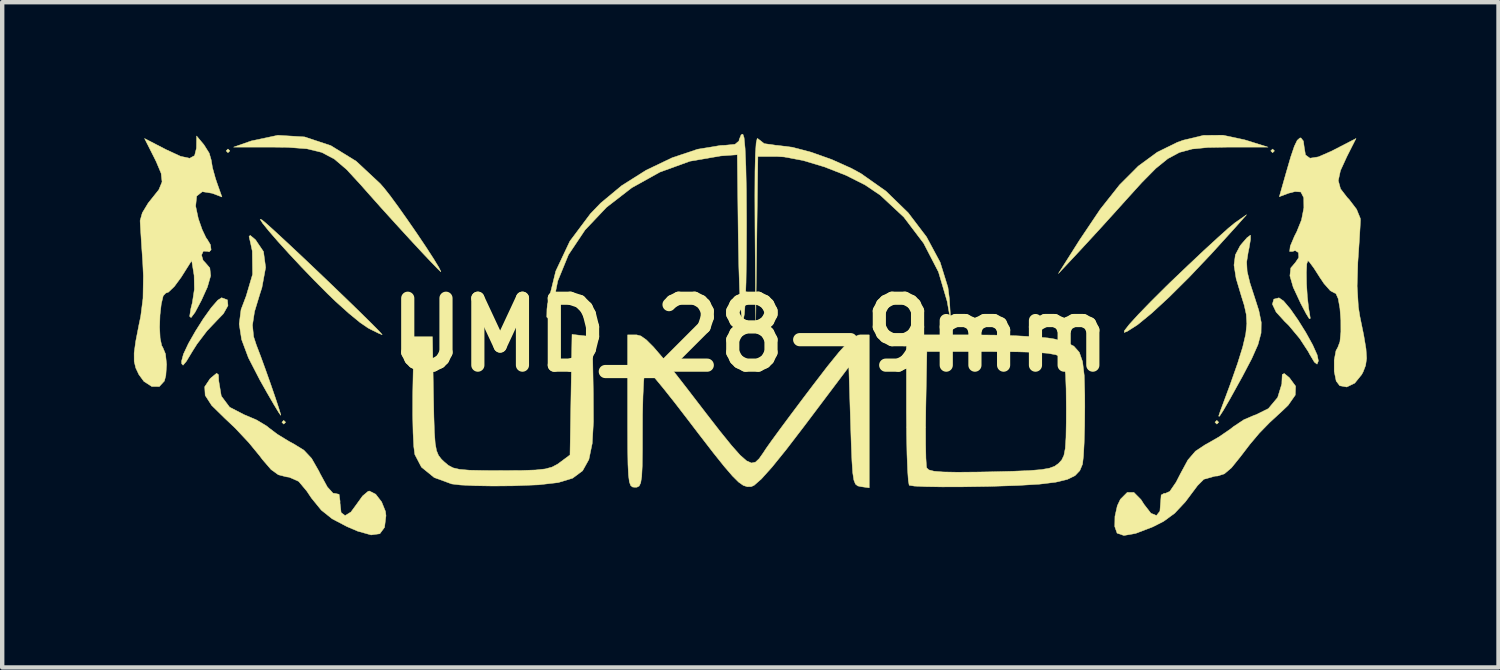
<source format=kicad_pcb>
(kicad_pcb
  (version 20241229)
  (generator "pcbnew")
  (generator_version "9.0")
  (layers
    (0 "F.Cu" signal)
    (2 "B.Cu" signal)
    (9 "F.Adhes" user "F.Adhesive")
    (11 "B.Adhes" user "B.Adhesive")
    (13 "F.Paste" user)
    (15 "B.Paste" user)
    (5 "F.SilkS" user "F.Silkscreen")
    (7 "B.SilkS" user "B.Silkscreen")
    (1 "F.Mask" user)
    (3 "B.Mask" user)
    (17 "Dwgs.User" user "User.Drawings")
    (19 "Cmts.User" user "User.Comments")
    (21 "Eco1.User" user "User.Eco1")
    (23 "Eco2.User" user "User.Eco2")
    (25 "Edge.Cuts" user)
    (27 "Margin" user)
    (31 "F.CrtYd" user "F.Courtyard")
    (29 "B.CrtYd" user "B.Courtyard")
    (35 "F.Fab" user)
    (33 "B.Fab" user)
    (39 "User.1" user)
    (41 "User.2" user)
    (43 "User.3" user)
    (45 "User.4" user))
  (footprint "UMD_28-9mm"
    (layer "F.Cu")
    (at 14.038 4.577)
    (property "Reference" "UMD_28-9mm" (at 0 0 0) (layer "F.SilkS") (effects (font (size 1.524 1.524) (thickness 0.3))))
    (attr through_hole)
    (fp_poly (pts (xy -11.853 -4.191) (xy -11.896 -4.149) (xy -11.938 -4.191) (xy -11.896 -4.233) (xy -11.853 -4.191)) (stroke (width 0.01) (type solid)) (fill yes) (layer "F.SilkS"))
    (fp_poly (pts (xy -10.583 1.99) (xy -10.626 2.032) (xy -10.668 1.99) (xy -10.626 1.947) (xy -10.583 1.99)) (stroke (width 0.01) (type solid)) (fill yes) (layer "F.SilkS"))
    (fp_poly (pts (xy 10.668 1.99) (xy 10.626 2.032) (xy 10.583 1.99) (xy 10.626 1.947) (xy 10.668 1.99)) (stroke (width 0.01) (type solid)) (fill yes) (layer "F.SilkS"))
    (fp_poly (pts (xy 11.938 -4.191) (xy 11.896 -4.149) (xy 11.853 -4.191) (xy 11.896 -4.233) (xy 11.938 -4.191)) (stroke (width 0.01) (type solid)) (fill yes) (layer "F.SilkS"))
    (fp_poly (pts (xy -11.908 -0.797) (xy -11.896 -0.666) (xy -12 -0.482) (xy -12.149 -0.328) (xy -12.374 -0.091) (xy -12.603 0.211) (xy -12.706 0.374) (xy -12.843 0.601) (xy -12.919 0.691) (xy -12.95 0.657) (xy -12.953 0.598) (xy -12.91 0.438) (xy -12.796 0.196) (xy -12.635 -0.086) (xy -12.454 -0.372) (xy -12.277 -0.619) (xy -12.128 -0.79) (xy -12.041 -0.846) (xy -11.908 -0.797)) (stroke (width 0.01) (type solid)) (fill yes) (layer "F.SilkS"))
    (fp_poly (pts (xy 12.145 -0.773) (xy 12.299 -0.591) (xy 12.477 -0.336) (xy 12.655 -0.05) (xy 12.808 0.227) (xy 12.911 0.456) (xy 12.939 0.592) (xy 12.909 0.667) (xy 12.847 0.62) (xy 12.737 0.436) (xy 12.709 0.382) (xy 12.514 0.084) (xy 12.267 -0.212) (xy 12.173 -0.304) (xy 11.976 -0.52) (xy 11.891 -0.699) (xy 11.924 -0.814) (xy 12.041 -0.844) (xy 12.145 -0.773)) (stroke (width 0.01) (type solid)) (fill yes) (layer "F.SilkS"))
    (fp_poly (pts (xy 11.047 -2.448) (xy 10.504 -1.85) (xy 9.998 -1.316) (xy 9.539 -0.86) (xy 9.142 -0.494) (xy 8.82 -0.23) (xy 8.585 -0.08) (xy 8.517 -0.055) (xy 8.521 -0.096) (xy 8.632 -0.238) (xy 8.837 -0.463) (xy 9.12 -0.755) (xy 9.465 -1.098) (xy 9.567 -1.198) (xy 9.959 -1.572) (xy 10.325 -1.917) (xy 10.643 -2.209) (xy 10.888 -2.429) (xy 11.039 -2.553) (xy 11.049 -2.56) (xy 11.303 -2.737) (xy 11.047 -2.448)) (stroke (width 0.01) (type solid)) (fill yes) (layer "F.SilkS"))
    (fp_poly (pts (xy 11.26 -4.442) (xy 11.336 -4.419) (xy 11.791 -4.276) (xy 10.87 -4.276) (xy 10.418 -4.268) (xy 10.064 -4.234) (xy 9.773 -4.155) (xy 9.509 -4.013) (xy 9.235 -3.791) (xy 8.918 -3.47) (xy 8.612 -3.133) (xy 8.286 -2.771) (xy 7.953 -2.404) (xy 7.653 -2.078) (xy 7.454 -1.863) (xy 7.017 -1.397) (xy 7.499 -2.159) (xy 7.97 -2.86) (xy 8.41 -3.416) (xy 8.837 -3.844) (xy 9.269 -4.161) (xy 9.723 -4.384) (xy 9.858 -4.433) (xy 10.321 -4.544) (xy 10.765 -4.548) (xy 11.26 -4.442)) (stroke (width 0.01) (type solid)) (fill yes) (layer "F.SilkS"))
    (fp_poly (pts (xy -11.124 -2.621) (xy -11.019 -2.533) (xy -10.823 -2.356) (xy -10.557 -2.11) (xy -10.241 -1.814) (xy -9.897 -1.488) (xy -9.545 -1.152) (xy -9.205 -0.825) (xy -8.899 -0.528) (xy -8.647 -0.28) (xy -8.469 -0.101) (xy -8.387 -0.011) (xy -8.385 -0.004) (xy -8.478 -0.042) (xy -8.659 -0.132) (xy -8.706 -0.157) (xy -8.886 -0.28) (xy -9.143 -0.491) (xy -9.438 -0.756) (xy -9.621 -0.932) (xy -9.921 -1.233) (xy -10.223 -1.547) (xy -10.511 -1.855) (xy -10.766 -2.137) (xy -10.971 -2.374) (xy -11.109 -2.545) (xy -11.163 -2.632) (xy -11.124 -2.621)) (stroke (width 0.01) (type solid)) (fill yes) (layer "F.SilkS"))
    (fp_poly (pts (xy -11.272 -2.169) (xy -11.269 -2.166) (xy -11.087 -1.897) (xy -11.038 -1.535) (xy -11.123 -1.075) (xy -11.168 -0.936) (xy -11.291 -0.531) (xy -11.338 -0.223) (xy -11.312 0.04) (xy -11.251 0.227) (xy -11.154 0.481) (xy -11.041 0.791) (xy -10.925 1.118) (xy -10.82 1.423) (xy -10.739 1.667) (xy -10.696 1.81) (xy -10.694 1.832) (xy -10.739 1.769) (xy -10.849 1.588) (xy -11.006 1.317) (xy -11.168 1.03) (xy -11.43 0.522) (xy -11.585 0.107) (xy -11.64 -0.248) (xy -11.598 -0.577) (xy -11.482 -0.883) (xy -11.335 -1.38) (xy -11.342 -1.908) (xy -11.377 -2.072) (xy -11.416 -2.241) (xy -11.389 -2.267) (xy -11.272 -2.169)) (stroke (width 0.01) (type solid)) (fill yes) (layer "F.SilkS"))
    (fp_poly (pts (xy -10.152 -4.509) (xy -9.554 -4.311) (xy -8.976 -3.955) (xy -8.428 -3.444) (xy -8.34 -3.343) (xy -8.202 -3.168) (xy -8.017 -2.916) (xy -7.805 -2.616) (xy -7.586 -2.299) (xy -7.381 -1.993) (xy -7.21 -1.729) (xy -7.092 -1.535) (xy -7.047 -1.443) (xy -7.05 -1.439) (xy -7.113 -1.498) (xy -7.266 -1.656) (xy -7.488 -1.891) (xy -7.748 -2.171) (xy -8.074 -2.527) (xy -8.413 -2.901) (xy -8.715 -3.24) (xy -8.874 -3.42) (xy -9.194 -3.767) (xy -9.475 -4.006) (xy -9.762 -4.157) (xy -10.101 -4.239) (xy -10.537 -4.272) (xy -10.858 -4.276) (xy -11.768 -4.276) (xy -11.366 -4.417) (xy -10.759 -4.546) (xy -10.152 -4.509)) (stroke (width 0.01) (type solid)) (fill yes) (layer "F.SilkS"))
    (fp_poly (pts (xy 11.393 -2.267) (xy 11.393 -2.175) (xy 11.36 -1.977) (xy 11.339 -1.878) (xy 11.305 -1.66) (xy 11.316 -1.447) (xy 11.38 -1.181) (xy 11.477 -0.883) (xy 11.583 -0.552) (xy 11.637 -0.285) (xy 11.633 -0.041) (xy 11.563 0.221) (xy 11.421 0.541) (xy 11.201 0.96) (xy 11.157 1.039) (xy 10.928 1.453) (xy 10.772 1.722) (xy 10.687 1.853) (xy 10.667 1.851) (xy 10.705 1.736) (xy 10.931 1.127) (xy 11.099 0.649) (xy 11.215 0.277) (xy 11.284 -0.016) (xy 11.309 -0.254) (xy 11.296 -0.466) (xy 11.25 -0.675) (xy 11.189 -0.869) (xy 11.065 -1.284) (xy 11.017 -1.589) (xy 11.048 -1.823) (xy 11.155 -2.027) (xy 11.186 -2.067) (xy 11.312 -2.212) (xy 11.388 -2.269) (xy 11.393 -2.267)) (stroke (width 0.01) (type solid)) (fill yes) (layer "F.SilkS"))
    (fp_poly (pts (xy 0.176 -4.466) (xy 0.318 -4.356) (xy 0.589 -4.317) (xy 0.618 -4.316) (xy 0.959 -4.273) (xy 1.391 -4.159) (xy 1.857 -3.993) (xy 2.305 -3.792) (xy 2.518 -3.676) (xy 3.09 -3.273) (xy 3.596 -2.781) (xy 4.014 -2.231) (xy 4.324 -1.654) (xy 4.502 -1.08) (xy 4.535 -0.818) (xy 4.566 -0.296) (xy 4.484 -0.762) (xy 4.286 -1.434) (xy 3.948 -2.087) (xy 3.496 -2.683) (xy 2.96 -3.182) (xy 2.616 -3.414) (xy 2.18 -3.634) (xy 1.69 -3.826) (xy 1.202 -3.972) (xy 0.771 -4.053) (xy 0.596 -4.064) (xy 0.173 -4.064) (xy 0.148 -2.18) (xy 0.124 -0.296) (xy 0.107 -2.455) (xy 0.104 -3.175) (xy 0.107 -3.73) (xy 0.117 -4.128) (xy 0.134 -4.374) (xy 0.158 -4.474) (xy 0.176 -4.466)) (stroke (width 0.01) (type solid)) (fill yes) (layer "F.SilkS"))
    (fp_poly (pts (xy -3.829 0.016) (xy -3.598 0.042) (xy -3.575 1.333) (xy -3.572 1.977) (xy -3.6 2.472) (xy -3.676 2.838) (xy -3.819 3.095) (xy -4.046 3.264) (xy -4.375 3.364) (xy -4.822 3.415) (xy -5.406 3.438) (xy -5.419 3.438) (xy -5.859 3.442) (xy -6.267 3.435) (xy -6.598 3.419) (xy -6.8 3.395) (xy -7.199 3.249) (xy -7.49 3.012) (xy -7.64 2.725) (xy -7.664 2.543) (xy -7.68 2.232) (xy -7.689 1.83) (xy -7.688 1.379) (xy -7.686 1.249) (xy -7.662 0.042) (xy -7.239 0.042) (xy -7.216 1.363) (xy -7.206 1.863) (xy -7.194 2.223) (xy -7.176 2.471) (xy -7.146 2.636) (xy -7.101 2.745) (xy -7.035 2.83) (xy -6.976 2.887) (xy -6.877 2.971) (xy -6.77 3.028) (xy -6.62 3.063) (xy -6.396 3.082) (xy -6.063 3.089) (xy -5.672 3.09) (xy -5.214 3.088) (xy -4.891 3.077) (xy -4.67 3.053) (xy -4.516 3.011) (xy -4.396 2.948) (xy -4.345 2.912) (xy -4.106 2.734) (xy -4.083 1.361) (xy -4.06 -0.011) (xy -3.829 0.016)) (stroke (width 0.01) (type solid)) (fill yes) (layer "F.SilkS"))
    (fp_poly (pts (xy -0.141 -4.489) (xy -0.118 -4.243) (xy -0.101 -3.843) (xy -0.089 -3.295) (xy -0.085 -2.607) (xy -0.085 -2.455) (xy -0.088 -1.762) (xy -0.097 -1.194) (xy -0.113 -0.762) (xy -0.134 -0.476) (xy -0.159 -0.346) (xy -0.168 -0.339) (xy -0.197 -0.421) (xy -0.222 -0.659) (xy -0.244 -1.04) (xy -0.261 -1.551) (xy -0.273 -2.177) (xy -0.274 -2.221) (xy -0.296 -4.103) (xy -0.672 -4.076) (xy -1.375 -3.955) (xy -2.059 -3.707) (xy -2.7 -3.35) (xy -3.275 -2.905) (xy -3.763 -2.39) (xy -4.141 -1.825) (xy -4.385 -1.228) (xy -4.459 -0.86) (xy -4.503 -0.601) (xy -4.559 -0.418) (xy -4.593 -0.368) (xy -4.635 -0.406) (xy -4.631 -0.589) (xy -4.618 -0.688) (xy -4.43 -1.453) (xy -4.109 -2.134) (xy -3.64 -2.76) (xy -3.407 -3.002) (xy -2.929 -3.399) (xy -2.373 -3.75) (xy -1.782 -4.033) (xy -1.201 -4.228) (xy -0.673 -4.315) (xy -0.577 -4.318) (xy -0.348 -4.341) (xy -0.258 -4.416) (xy -0.254 -4.445) (xy -0.208 -4.558) (xy -0.169 -4.572) (xy -0.141 -4.489)) (stroke (width 0.01) (type solid)) (fill yes) (layer "F.SilkS"))
    (fp_poly (pts (xy -12.112 0.908) (xy -12.107 1.041) (xy -12.048 1.393) (xy -11.859 1.646) (xy -11.529 1.817) (xy -11.254 1.933) (xy -11.022 2.071) (xy -10.962 2.119) (xy -10.773 2.262) (xy -10.514 2.421) (xy -10.406 2.479) (xy -10.168 2.625) (xy -9.992 2.812) (xy -9.83 3.095) (xy -9.797 3.162) (xy -9.633 3.463) (xy -9.504 3.605) (xy -9.447 3.613) (xy -9.365 3.631) (xy -9.343 3.789) (xy -9.344 3.828) (xy -9.319 4.047) (xy -9.229 4.116) (xy -9.095 4.034) (xy -8.967 3.859) (xy -8.83 3.669) (xy -8.705 3.564) (xy -8.675 3.556) (xy -8.532 3.628) (xy -8.396 3.804) (xy -8.309 4.02) (xy -8.297 4.118) (xy -8.33 4.384) (xy -8.437 4.529) (xy -8.636 4.556) (xy -8.941 4.471) (xy -9.186 4.366) (xy -9.523 4.189) (xy -9.771 3.991) (xy -9.995 3.716) (xy -10.102 3.556) (xy -10.286 3.337) (xy -10.5 3.242) (xy -10.566 3.233) (xy -10.747 3.187) (xy -10.914 3.067) (xy -11.11 2.84) (xy -11.174 2.755) (xy -11.423 2.452) (xy -11.73 2.125) (xy -11.976 1.892) (xy -12.267 1.607) (xy -12.415 1.377) (xy -12.426 1.182) (xy -12.306 1.002) (xy -12.277 0.974) (xy -12.154 0.874) (xy -12.112 0.908)) (stroke (width 0.01) (type solid)) (fill yes) (layer "F.SilkS"))
    (fp_poly (pts (xy 12.277 0.974) (xy 12.42 1.168) (xy 12.412 1.371) (xy 12.25 1.603) (xy 12.137 1.712) (xy 11.828 1.997) (xy 11.594 2.237) (xy 11.376 2.496) (xy 11.164 2.773) (xy 10.959 3.027) (xy 10.798 3.164) (xy 10.644 3.214) (xy 10.585 3.217) (xy 10.329 3.289) (xy 10.185 3.434) (xy 9.907 3.805) (xy 9.664 4.064) (xy 9.412 4.248) (xy 9.166 4.373) (xy 8.776 4.522) (xy 8.509 4.569) (xy 8.354 4.516) (xy 8.354 4.516) (xy 8.301 4.366) (xy 8.305 4.134) (xy 8.359 3.892) (xy 8.429 3.744) (xy 8.586 3.587) (xy 8.737 3.588) (xy 8.899 3.752) (xy 8.967 3.859) (xy 9.124 4.062) (xy 9.251 4.114) (xy 9.329 4.015) (xy 9.344 3.828) (xy 9.358 3.647) (xy 9.429 3.607) (xy 9.447 3.613) (xy 9.554 3.565) (xy 9.698 3.355) (xy 9.797 3.162) (xy 9.966 2.85) (xy 10.14 2.648) (xy 10.365 2.499) (xy 10.389 2.487) (xy 10.674 2.324) (xy 10.943 2.139) (xy 11.001 2.092) (xy 11.24 1.933) (xy 11.485 1.828) (xy 11.512 1.821) (xy 11.799 1.679) (xy 12.011 1.426) (xy 12.106 1.116) (xy 12.107 1.076) (xy 12.115 0.904) (xy 12.161 0.879) (xy 12.277 0.974)) (stroke (width 0.01) (type solid)) (fill yes) (layer "F.SilkS"))
    (fp_poly (pts (xy -2.492 0.025) (xy -2.369 0.112) (xy -2.203 0.278) (xy -1.98 0.538) (xy -1.684 0.909) (xy -1.453 1.206) (xy -1.025 1.763) (xy -0.688 2.197) (xy -0.428 2.518) (xy -0.232 2.739) (xy -0.084 2.869) (xy 0.028 2.918) (xy 0.119 2.898) (xy 0.202 2.819) (xy 0.292 2.691) (xy 0.363 2.583) (xy 0.477 2.422) (xy 0.672 2.155) (xy 0.926 1.813) (xy 1.218 1.424) (xy 1.425 1.151) (xy 1.762 0.712) (xy 2.019 0.395) (xy 2.21 0.183) (xy 2.352 0.059) (xy 2.46 0.005) (xy 2.504 0) (xy 2.709 0) (xy 2.709 3.483) (xy 2.519 3.456) (xy 2.447 3.44) (xy 2.395 3.398) (xy 2.359 3.307) (xy 2.333 3.139) (xy 2.315 2.872) (xy 2.299 2.479) (xy 2.286 2.079) (xy 2.244 0.729) (xy 1.227 2.079) (xy 0.817 2.614) (xy 0.494 3.013) (xy 0.253 3.281) (xy 0.088 3.426) (xy 0.022 3.456) (xy -0.066 3.458) (xy -0.157 3.43) (xy -0.265 3.354) (xy -0.405 3.215) (xy -0.592 2.998) (xy -0.841 2.687) (xy -1.166 2.266) (xy -1.431 1.919) (xy -1.723 1.54) (xy -1.983 1.213) (xy -2.192 0.96) (xy -2.333 0.803) (xy -2.383 0.762) (xy -2.408 0.842) (xy -2.428 1.063) (xy -2.444 1.396) (xy -2.454 1.814) (xy -2.455 2.117) (xy -2.456 2.623) (xy -2.461 2.985) (xy -2.473 3.226) (xy -2.496 3.37) (xy -2.531 3.443) (xy -2.582 3.469) (xy -2.625 3.471) (xy -2.682 3.465) (xy -2.724 3.431) (xy -2.754 3.348) (xy -2.774 3.194) (xy -2.786 2.949) (xy -2.792 2.589) (xy -2.794 2.095) (xy -2.794 1.736) (xy -2.794 0) (xy -2.588 0) (xy -2.492 0.025)) (stroke (width 0.01) (type solid)) (fill yes) (layer "F.SilkS"))
    (fp_poly (pts (xy 5.56 0.005) (xy 6.047 0.02) (xy 6.468 0.043) (xy 6.784 0.071) (xy 6.926 0.094) (xy 7.185 0.166) (xy 7.37 0.258) (xy 7.494 0.398) (xy 7.568 0.611) (xy 7.606 0.927) (xy 7.618 1.371) (xy 7.619 1.639) (xy 7.615 2.073) (xy 7.604 2.459) (xy 7.588 2.759) (xy 7.568 2.934) (xy 7.566 2.946) (xy 7.505 3.092) (xy 7.396 3.206) (xy 7.22 3.292) (xy 6.957 3.355) (xy 6.588 3.4) (xy 6.091 3.43) (xy 5.448 3.451) (xy 5.334 3.453) (xy 4.821 3.461) (xy 4.367 3.462) (xy 3.997 3.456) (xy 3.74 3.444) (xy 3.623 3.426) (xy 3.619 3.424) (xy 3.6 3.323) (xy 3.583 3.079) (xy 3.569 2.72) (xy 3.56 2.271) (xy 3.559 2.1) (xy 3.993 2.1) (xy 3.994 2.498) (xy 4 2.807) (xy 4.012 2.994) (xy 4.019 3.03) (xy 4.067 3.075) (xy 4.184 3.105) (xy 4.393 3.122) (xy 4.717 3.128) (xy 5.177 3.124) (xy 5.452 3.119) (xy 5.978 3.106) (xy 6.361 3.09) (xy 6.629 3.068) (xy 6.809 3.037) (xy 6.929 2.993) (xy 7.014 2.933) (xy 7.019 2.929) (xy 7.093 2.849) (xy 7.143 2.745) (xy 7.174 2.587) (xy 7.19 2.341) (xy 7.196 1.977) (xy 7.197 1.691) (xy 7.193 1.229) (xy 7.181 0.908) (xy 7.156 0.698) (xy 7.115 0.571) (xy 7.057 0.497) (xy 6.959 0.452) (xy 6.776 0.419) (xy 6.488 0.397) (xy 6.074 0.385) (xy 5.513 0.381) (xy 5.469 0.381) (xy 4.022 0.381) (xy 3.998 1.647) (xy 3.993 2.1) (xy 3.559 2.1) (xy 3.556 1.761) (xy 3.556 1.679) (xy 3.556 0) (xy 5.043 0) (xy 5.56 0.005)) (stroke (width 0.01) (type solid)) (fill yes) (layer "F.SilkS"))
    (fp_poly (pts (xy -12.443 -4.33) (xy -12.323 -4.139) (xy -12.277 -3.981) (xy -12.249 -3.809) (xy -12.181 -3.564) (xy -12.155 -3.486) (xy -12.033 -3.141) (xy -12.258 -3.226) (xy -12.482 -3.261) (xy -12.608 -3.161) (xy -12.632 -2.933) (xy -12.571 -2.647) (xy -12.484 -2.398) (xy -12.397 -2.215) (xy -12.366 -2.172) (xy -12.295 -2.053) (xy -12.28 -1.937) (xy -12.325 -1.89) (xy -12.355 -1.901) (xy -12.457 -1.908) (xy -12.498 -1.818) (xy -12.463 -1.698) (xy -12.417 -1.65) (xy -12.309 -1.524) (xy -12.29 -1.347) (xy -12.364 -1.089) (xy -12.5 -0.789) (xy -12.645 -0.515) (xy -12.736 -0.393) (xy -12.769 -0.422) (xy -12.74 -0.605) (xy -12.708 -0.73) (xy -12.661 -1.039) (xy -12.667 -1.352) (xy -12.67 -1.372) (xy -12.722 -1.693) (xy -12.963 -1.311) (xy -13.117 -1.102) (xy -13.252 -0.973) (xy -13.312 -0.952) (xy -13.371 -0.889) (xy -13.415 -0.705) (xy -13.444 -0.451) (xy -13.453 -0.175) (xy -13.441 0.074) (xy -13.405 0.246) (xy -13.381 0.284) (xy -13.319 0.434) (xy -13.294 0.674) (xy -13.311 0.925) (xy -13.344 1.051) (xy -13.46 1.177) (xy -13.63 1.176) (xy -13.81 1.06) (xy -13.925 0.904) (xy -13.996 0.754) (xy -14.032 0.603) (xy -14.033 0.412) (xy -13.997 0.147) (xy -13.923 -0.232) (xy -13.883 -0.423) (xy -13.831 -0.832) (xy -13.823 -1.343) (xy -13.837 -1.651) (xy -13.862 -2.016) (xy -13.882 -2.334) (xy -13.895 -2.555) (xy -13.897 -2.603) (xy -13.847 -2.78) (xy -13.713 -3.002) (xy -13.64 -3.093) (xy -13.47 -3.307) (xy -13.397 -3.484) (xy -13.418 -3.679) (xy -13.531 -3.947) (xy -13.587 -4.06) (xy -13.796 -4.473) (xy -13.298 -4.216) (xy -12.977 -4.068) (xy -12.77 -4.022) (xy -12.656 -4.083) (xy -12.614 -4.252) (xy -12.613 -4.302) (xy -12.61 -4.53) (xy -12.443 -4.33)) (stroke (width 0.01) (type solid)) (fill yes) (layer "F.SilkS"))
    (fp_poly (pts (xy 12.597 -4.415) (xy 12.615 -4.281) (xy 12.645 -4.098) (xy 12.747 -4.024) (xy 12.941 -4.055) (xy 13.248 -4.19) (xy 13.298 -4.216) (xy 13.796 -4.473) (xy 13.587 -4.06) (xy 13.441 -3.741) (xy 13.392 -3.514) (xy 13.443 -3.326) (xy 13.595 -3.129) (xy 13.64 -3.082) (xy 13.809 -2.86) (xy 13.893 -2.654) (xy 13.897 -2.612) (xy 13.888 -2.439) (xy 13.871 -2.15) (xy 13.847 -1.795) (xy 13.837 -1.651) (xy 13.821 -1.111) (xy 13.849 -0.637) (xy 13.883 -0.423) (xy 13.972 0.011) (xy 14.023 0.317) (xy 14.037 0.533) (xy 14.014 0.696) (xy 13.958 0.842) (xy 13.925 0.904) (xy 13.767 1.099) (xy 13.585 1.187) (xy 13.425 1.158) (xy 13.344 1.051) (xy 13.299 0.831) (xy 13.299 0.575) (xy 13.339 0.361) (xy 13.381 0.284) (xy 13.429 0.157) (xy 13.451 -0.066) (xy 13.45 -0.336) (xy 13.429 -0.605) (xy 13.39 -0.824) (xy 13.337 -0.943) (xy 13.311 -0.952) (xy 13.21 -1.006) (xy 13.067 -1.168) (xy 12.972 -1.309) (xy 12.836 -1.522) (xy 12.733 -1.661) (xy 12.7 -1.691) (xy 12.674 -1.617) (xy 12.665 -1.423) (xy 12.669 -1.158) (xy 12.687 -0.871) (xy 12.716 -0.611) (xy 12.734 -0.508) (xy 12.755 -0.376) (xy 12.732 -0.366) (xy 12.656 -0.49) (xy 12.536 -0.718) (xy 12.365 -1.085) (xy 12.29 -1.345) (xy 12.31 -1.524) (xy 12.417 -1.65) (xy 12.492 -1.762) (xy 12.484 -1.875) (xy 12.409 -1.921) (xy 12.355 -1.901) (xy 12.284 -1.899) (xy 12.298 -2.021) (xy 12.394 -2.248) (xy 12.446 -2.349) (xy 12.554 -2.617) (xy 12.608 -2.894) (xy 12.605 -3.125) (xy 12.538 -3.255) (xy 12.407 -3.264) (xy 12.255 -3.225) (xy 12.049 -3.147) (xy 12.197 -3.669) (xy 12.308 -4.051) (xy 12.391 -4.296) (xy 12.456 -4.431) (xy 12.515 -4.483) (xy 12.54 -4.487) (xy 12.597 -4.415)) (stroke (width 0.01) (type solid)) (fill yes) (layer "F.SilkS")))
  (gr_rect
    (start -3 -3)
    (end 31.079 12.151)
    (stroke (width 0.1) (type default))
    (fill no)
    (layer "Edge.Cuts")))
</source>
